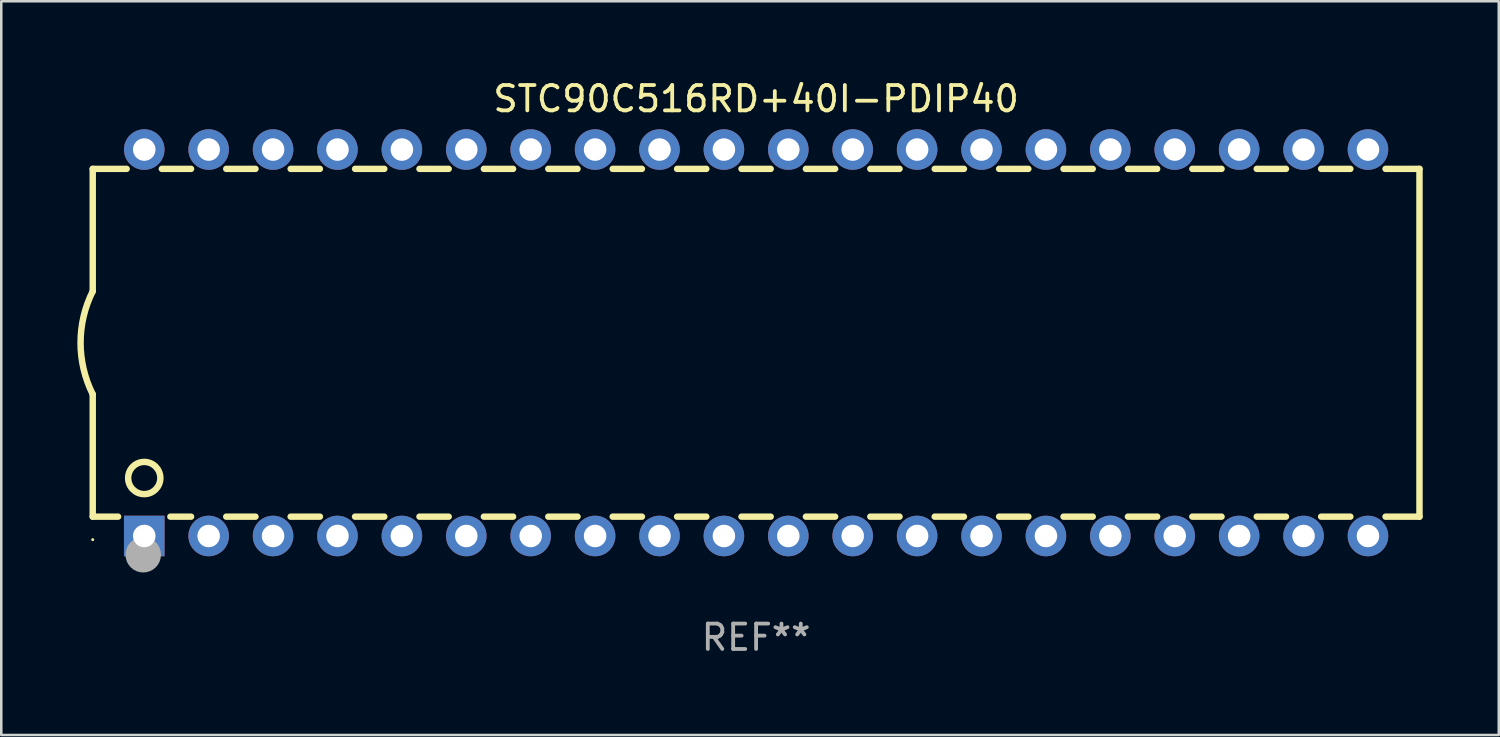
<source format=kicad_pcb>
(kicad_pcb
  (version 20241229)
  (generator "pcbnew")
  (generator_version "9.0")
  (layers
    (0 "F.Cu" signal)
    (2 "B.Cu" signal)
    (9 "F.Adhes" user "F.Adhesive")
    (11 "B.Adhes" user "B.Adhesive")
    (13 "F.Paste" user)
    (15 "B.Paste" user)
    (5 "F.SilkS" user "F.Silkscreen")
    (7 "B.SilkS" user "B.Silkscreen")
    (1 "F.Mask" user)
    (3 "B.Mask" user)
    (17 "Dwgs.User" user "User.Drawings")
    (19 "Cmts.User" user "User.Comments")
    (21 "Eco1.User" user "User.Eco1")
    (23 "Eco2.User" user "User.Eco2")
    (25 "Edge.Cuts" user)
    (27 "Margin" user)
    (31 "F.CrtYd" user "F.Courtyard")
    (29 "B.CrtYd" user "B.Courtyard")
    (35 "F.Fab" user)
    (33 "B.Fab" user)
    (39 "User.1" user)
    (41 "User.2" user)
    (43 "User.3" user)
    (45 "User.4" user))
  (footprint "STC90C516RD+40I-PDIP40"
    (layer "F.Cu")
    (at 26.769 10.468)
    (property "Reference" "STC90C516RD+40I-PDIP40" (at 0 -9.62 0) (layer "F.SilkS") (effects (font (size 1 1) (thickness 0.15))))
    (attr through_hole)
    (fp_line (start -26.162 -6.858) (end -26.162 -2.032) (stroke (width 0.254) (type solid)) (layer "F.SilkS"))
    (fp_line (start -26.162 6.858) (end -26.162 2.032) (stroke (width 0.254) (type solid)) (layer "F.SilkS"))
    (fp_line (start -26.162 6.858) (end -25.161 6.858) (stroke (width 0.254) (type solid)) (layer "F.SilkS"))
    (fp_line (start -24.824 -6.858) (end -26.162 -6.858) (stroke (width 0.254) (type solid)) (layer "F.SilkS"))
    (fp_line (start -23.099 6.858) (end -22.284 6.858) (stroke (width 0.254) (type solid)) (layer "F.SilkS"))
    (fp_line (start -22.284 -6.858) (end -23.436 -6.858) (stroke (width 0.254) (type solid)) (layer "F.SilkS"))
    (fp_line (start -20.896 6.858) (end -19.744 6.858) (stroke (width 0.254) (type solid)) (layer "F.SilkS"))
    (fp_line (start -19.744 -6.858) (end -20.896 -6.858) (stroke (width 0.254) (type solid)) (layer "F.SilkS"))
    (fp_line (start -18.356 6.858) (end -17.204 6.858) (stroke (width 0.254) (type solid)) (layer "F.SilkS"))
    (fp_line (start -17.204 -6.858) (end -18.356 -6.858) (stroke (width 0.254) (type solid)) (layer "F.SilkS"))
    (fp_line (start -15.816 6.858) (end -14.664 6.858) (stroke (width 0.254) (type solid)) (layer "F.SilkS"))
    (fp_line (start -14.664 -6.858) (end -15.816 -6.858) (stroke (width 0.254) (type solid)) (layer "F.SilkS"))
    (fp_line (start -13.276 6.858) (end -12.124 6.858) (stroke (width 0.254) (type solid)) (layer "F.SilkS"))
    (fp_line (start -12.124 -6.858) (end -13.276 -6.858) (stroke (width 0.254) (type solid)) (layer "F.SilkS"))
    (fp_line (start -10.736 6.858) (end -9.584 6.858) (stroke (width 0.254) (type solid)) (layer "F.SilkS"))
    (fp_line (start -9.584 -6.858) (end -10.736 -6.858) (stroke (width 0.254) (type solid)) (layer "F.SilkS"))
    (fp_line (start -8.196 6.858) (end -7.044 6.858) (stroke (width 0.254) (type solid)) (layer "F.SilkS"))
    (fp_line (start -7.044 -6.858) (end -8.196 -6.858) (stroke (width 0.254) (type solid)) (layer "F.SilkS"))
    (fp_line (start -5.656 6.858) (end -4.504 6.858) (stroke (width 0.254) (type solid)) (layer "F.SilkS"))
    (fp_line (start -4.504 -6.858) (end -5.656 -6.858) (stroke (width 0.254) (type solid)) (layer "F.SilkS"))
    (fp_line (start -3.116 6.858) (end -1.964 6.858) (stroke (width 0.254) (type solid)) (layer "F.SilkS"))
    (fp_line (start -1.964 -6.858) (end -3.116 -6.858) (stroke (width 0.254) (type solid)) (layer "F.SilkS"))
    (fp_line (start -0.576 6.858) (end 0.576 6.858) (stroke (width 0.254) (type solid)) (layer "F.SilkS"))
    (fp_line (start 0.576 -6.858) (end -0.576 -6.858) (stroke (width 0.254) (type solid)) (layer "F.SilkS"))
    (fp_line (start 1.964 6.858) (end 3.116 6.858) (stroke (width 0.254) (type solid)) (layer "F.SilkS"))
    (fp_line (start 3.116 -6.858) (end 1.964 -6.858) (stroke (width 0.254) (type solid)) (layer "F.SilkS"))
    (fp_line (start 4.504 6.858) (end 5.656 6.858) (stroke (width 0.254) (type solid)) (layer "F.SilkS"))
    (fp_line (start 5.656 -6.858) (end 4.504 -6.858) (stroke (width 0.254) (type solid)) (layer "F.SilkS"))
    (fp_line (start 7.044 6.858) (end 8.196 6.858) (stroke (width 0.254) (type solid)) (layer "F.SilkS"))
    (fp_line (start 8.196 -6.858) (end 7.044 -6.858) (stroke (width 0.254) (type solid)) (layer "F.SilkS"))
    (fp_line (start 9.584 6.858) (end 10.736 6.858) (stroke (width 0.254) (type solid)) (layer "F.SilkS"))
    (fp_line (start 10.736 -6.858) (end 9.584 -6.858) (stroke (width 0.254) (type solid)) (layer "F.SilkS"))
    (fp_line (start 12.124 6.858) (end 13.276 6.858) (stroke (width 0.254) (type solid)) (layer "F.SilkS"))
    (fp_line (start 13.276 -6.858) (end 12.124 -6.858) (stroke (width 0.254) (type solid)) (layer "F.SilkS"))
    (fp_line (start 14.664 6.858) (end 15.816 6.858) (stroke (width 0.254) (type solid)) (layer "F.SilkS"))
    (fp_line (start 15.816 -6.858) (end 14.664 -6.858) (stroke (width 0.254) (type solid)) (layer "F.SilkS"))
    (fp_line (start 17.204 6.858) (end 18.356 6.858) (stroke (width 0.254) (type solid)) (layer "F.SilkS"))
    (fp_line (start 18.356 -6.858) (end 17.204 -6.858) (stroke (width 0.254) (type solid)) (layer "F.SilkS"))
    (fp_line (start 19.744 6.858) (end 20.896 6.858) (stroke (width 0.254) (type solid)) (layer "F.SilkS"))
    (fp_line (start 20.896 -6.858) (end 19.744 -6.858) (stroke (width 0.254) (type solid)) (layer "F.SilkS"))
    (fp_line (start 22.284 6.858) (end 23.436 6.858) (stroke (width 0.254) (type solid)) (layer "F.SilkS"))
    (fp_line (start 23.436 -6.858) (end 22.284 -6.858) (stroke (width 0.254) (type solid)) (layer "F.SilkS"))
    (fp_line (start 24.824 6.858) (end 26.162 6.858) (stroke (width 0.254) (type solid)) (layer "F.SilkS"))
    (fp_line (start 26.162 -6.858) (end 24.824 -6.858) (stroke (width 0.254) (type solid)) (layer "F.SilkS"))
    (fp_line (start 26.162 -6.858) (end 26.162 6.858) (stroke (width 0.254) (type solid)) (layer "F.SilkS"))
    (fp_arc (start -26.162052 2.032004) (mid -26.641743 0) (end -26.162052 -2.032004) (stroke (width 0.254001) (type solid)) (layer "F.SilkS"))
    (fp_circle (center -26.162 7.765) (end -26.132 7.765) (stroke (width 0.06) (type solid)) (fill no) (layer "F.SilkS"))
    (fp_circle (center -24.13 5.334) (end -23.495 5.334) (stroke (width 0.254) (type solid)) (fill no) (layer "F.SilkS"))
    (fp_circle (center -24.17 8.36) (end -23.82 8.36) (stroke (width 0.7) (type solid)) (fill no) (layer "F.Fab"))
    (fp_text user "REF**" (at 0 11.62 0) (layer "F.Fab") (effects (font (size 1 1) (thickness 0.15))))
    (pad "1" thru_hole rect (at -24.13 7.62) (size 1.6 1.6) (drill 0.889) (layers "*.Cu" "*.Mask"))
    (pad "2" thru_hole circle (at -21.59 7.62) (size 1.6 1.6) (drill 0.889) (layers "*.Cu" "*.Mask"))
    (pad "3" thru_hole circle (at -19.05 7.62) (size 1.6 1.6) (drill 0.889) (layers "*.Cu" "*.Mask"))
    (pad "4" thru_hole circle (at -16.51 7.62) (size 1.6 1.6) (drill 0.889) (layers "*.Cu" "*.Mask"))
    (pad "5" thru_hole circle (at -13.97 7.62) (size 1.6 1.6) (drill 0.889) (layers "*.Cu" "*.Mask"))
    (pad "6" thru_hole circle (at -11.43 7.62) (size 1.6 1.6) (drill 0.889) (layers "*.Cu" "*.Mask"))
    (pad "7" thru_hole circle (at -8.89 7.62) (size 1.6 1.6) (drill 0.889) (layers "*.Cu" "*.Mask"))
    (pad "8" thru_hole circle (at -6.35 7.62) (size 1.6 1.6) (drill 0.889) (layers "*.Cu" "*.Mask"))
    (pad "9" thru_hole circle (at -3.81 7.62) (size 1.6 1.6) (drill 0.889) (layers "*.Cu" "*.Mask"))
    (pad "10" thru_hole circle (at -1.27 7.62) (size 1.6 1.6) (drill 0.889) (layers "*.Cu" "*.Mask"))
    (pad "11" thru_hole circle (at 1.27 7.62) (size 1.6 1.6) (drill 0.889) (layers "*.Cu" "*.Mask"))
    (pad "12" thru_hole circle (at 3.81 7.62) (size 1.6 1.6) (drill 0.889) (layers "*.Cu" "*.Mask"))
    (pad "13" thru_hole circle (at 6.35 7.62) (size 1.6 1.6) (drill 0.889) (layers "*.Cu" "*.Mask"))
    (pad "14" thru_hole circle (at 8.89 7.62) (size 1.6 1.6) (drill 0.889) (layers "*.Cu" "*.Mask"))
    (pad "15" thru_hole circle (at 11.43 7.62) (size 1.6 1.6) (drill 0.889) (layers "*.Cu" "*.Mask"))
    (pad "16" thru_hole circle (at 13.97 7.62) (size 1.6 1.6) (drill 0.889) (layers "*.Cu" "*.Mask"))
    (pad "17" thru_hole circle (at 16.51 7.62) (size 1.6 1.6) (drill 0.889) (layers "*.Cu" "*.Mask"))
    (pad "18" thru_hole circle (at 19.05 7.62) (size 1.6 1.6) (drill 0.889) (layers "*.Cu" "*.Mask"))
    (pad "19" thru_hole circle (at 21.59 7.62) (size 1.6 1.6) (drill 0.889) (layers "*.Cu" "*.Mask"))
    (pad "20" thru_hole circle (at 24.13 7.62) (size 1.6 1.6) (drill 0.889) (layers "*.Cu" "*.Mask"))
    (pad "21" thru_hole circle (at 24.13 -7.62) (size 1.6 1.6) (drill 0.889) (layers "*.Cu" "*.Mask"))
    (pad "22" thru_hole circle (at 21.59 -7.62) (size 1.6 1.6) (drill 0.889) (layers "*.Cu" "*.Mask"))
    (pad "23" thru_hole circle (at 19.05 -7.62) (size 1.6 1.6) (drill 0.889) (layers "*.Cu" "*.Mask"))
    (pad "24" thru_hole circle (at 16.51 -7.62) (size 1.6 1.6) (drill 0.889) (layers "*.Cu" "*.Mask"))
    (pad "25" thru_hole circle (at 13.97 -7.62) (size 1.6 1.6) (drill 0.889) (layers "*.Cu" "*.Mask"))
    (pad "26" thru_hole circle (at 11.43 -7.62) (size 1.6 1.6) (drill 0.889) (layers "*.Cu" "*.Mask"))
    (pad "27" thru_hole circle (at 8.89 -7.62) (size 1.6 1.6) (drill 0.889) (layers "*.Cu" "*.Mask"))
    (pad "28" thru_hole circle (at 6.35 -7.62) (size 1.6 1.6) (drill 0.889) (layers "*.Cu" "*.Mask"))
    (pad "29" thru_hole circle (at 3.81 -7.62) (size 1.6 1.6) (drill 0.889) (layers "*.Cu" "*.Mask"))
    (pad "30" thru_hole circle (at 1.27 -7.62) (size 1.6 1.6) (drill 0.889) (layers "*.Cu" "*.Mask"))
    (pad "31" thru_hole circle (at -1.27 -7.62) (size 1.6 1.6) (drill 0.889) (layers "*.Cu" "*.Mask"))
    (pad "32" thru_hole circle (at -3.81 -7.62) (size 1.6 1.6) (drill 0.889) (layers "*.Cu" "*.Mask"))
    (pad "33" thru_hole circle (at -6.35 -7.62) (size 1.6 1.6) (drill 0.889) (layers "*.Cu" "*.Mask"))
    (pad "34" thru_hole circle (at -8.89 -7.62) (size 1.6 1.6) (drill 0.889) (layers "*.Cu" "*.Mask"))
    (pad "35" thru_hole circle (at -11.43 -7.62) (size 1.6 1.6) (drill 0.889) (layers "*.Cu" "*.Mask"))
    (pad "36" thru_hole circle (at -13.97 -7.62) (size 1.6 1.6) (drill 0.889) (layers "*.Cu" "*.Mask"))
    (pad "37" thru_hole circle (at -16.51 -7.62) (size 1.6 1.6) (drill 0.889) (layers "*.Cu" "*.Mask"))
    (pad "38" thru_hole circle (at -19.05 -7.62) (size 1.6 1.6) (drill 0.889) (layers "*.Cu" "*.Mask"))
    (pad "39" thru_hole circle (at -21.59 -7.62) (size 1.6 1.6) (drill 0.889) (layers "*.Cu" "*.Mask"))
    (pad "40" thru_hole circle (at -24.13 -7.62) (size 1.6 1.6) (drill 0.889) (layers "*.Cu" "*.Mask")))
  (gr_rect
    (start -3 -3)
    (end 56.058 25.937)
    (stroke (width 0.1) (type default))
    (fill no)
    (layer "Edge.Cuts")))
</source>
